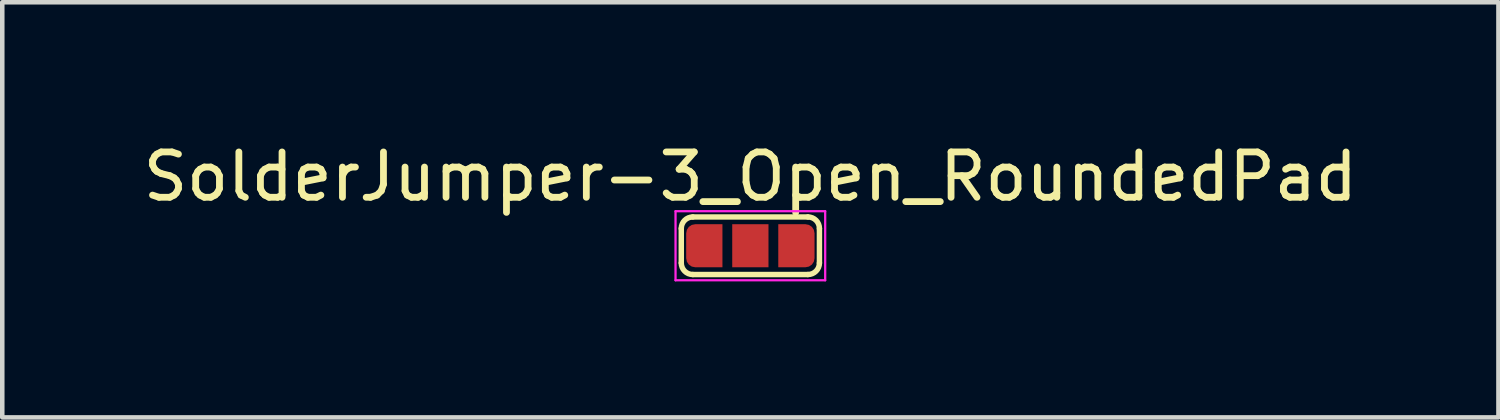
<source format=kicad_pcb>
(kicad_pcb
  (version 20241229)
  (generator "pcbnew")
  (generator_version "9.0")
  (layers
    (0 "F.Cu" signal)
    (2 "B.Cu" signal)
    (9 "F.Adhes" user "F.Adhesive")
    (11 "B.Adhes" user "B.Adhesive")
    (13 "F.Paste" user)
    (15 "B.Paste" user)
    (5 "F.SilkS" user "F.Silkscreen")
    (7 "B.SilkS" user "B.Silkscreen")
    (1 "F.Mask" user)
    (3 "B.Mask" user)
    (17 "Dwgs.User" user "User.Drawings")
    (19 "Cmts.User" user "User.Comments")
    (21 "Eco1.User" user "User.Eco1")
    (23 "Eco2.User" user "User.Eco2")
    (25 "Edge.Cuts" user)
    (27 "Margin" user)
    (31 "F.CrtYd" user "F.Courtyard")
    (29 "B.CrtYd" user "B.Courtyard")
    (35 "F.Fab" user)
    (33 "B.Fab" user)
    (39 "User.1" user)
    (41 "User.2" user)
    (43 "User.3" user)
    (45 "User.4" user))
  (footprint "SolderJumper-3_Open_RoundedPad"
    (layer "F.Cu")
    (at 13.506 2.372)
    (property "Reference" "SolderJumper-3_Open_RoundedPad" (at 0 -1.524 0) (layer "F.SilkS") (effects (font (size 1 1) (thickness 0.15))))
    (attr exclude_from_pos_files exclude_from_bom)
    (fp_line (start -1.524 -0.381) (end -1.524 0.381) (stroke (width 0.12) (type solid)) (layer "F.SilkS"))
    (fp_line (start -1.27 -0.635) (end 1.27 -0.635) (stroke (width 0.12) (type solid)) (layer "F.SilkS"))
    (fp_line (start -1.27 0.635) (end 1.27 0.635) (stroke (width 0.12) (type solid)) (layer "F.SilkS"))
    (fp_line (start 1.524 -0.381) (end 1.524 0.381) (stroke (width 0.12) (type solid)) (layer "F.SilkS"))
    (fp_arc (start -1.524 -0.381) (mid -1.449605 -0.560605) (end -1.27 -0.635) (stroke (width 0.12) (type solid)) (layer "F.SilkS"))
    (fp_arc (start -1.27 0.635) (mid -1.449605 0.560605) (end -1.524 0.381) (stroke (width 0.12) (type solid)) (layer "F.SilkS"))
    (fp_arc (start 1.27 -0.635) (mid 1.449605 -0.560605) (end 1.524 -0.381) (stroke (width 0.12) (type solid)) (layer "F.SilkS"))
    (fp_arc (start 1.524 0.381) (mid 1.449605 0.560605) (end 1.27 0.635) (stroke (width 0.12) (type solid)) (layer "F.SilkS"))
    (fp_line (start -1.651 -0.762) (end 1.651 -0.762) (stroke (width 0.05) (type solid)) (layer "F.CrtYd"))
    (fp_line (start -1.651 0.762) (end -1.651 -0.762) (stroke (width 0.05) (type solid)) (layer "F.CrtYd"))
    (fp_line (start 1.651 -0.762) (end 1.651 0.762) (stroke (width 0.05) (type solid)) (layer "F.CrtYd"))
    (fp_line (start 1.651 0.762) (end -1.651 0.762) (stroke (width 0.05) (type solid)) (layer "F.CrtYd"))
    (pad "1" smd roundrect (at -1.016 0) (size 0.8 0.95) (layers "F.Cu" "F.Mask") (roundrect_rratio 0.25) (chamfer_ratio 0) (chamfer top_right bottom_right))
    (pad "2" smd rect (at 0 0) (size 0.8 0.95) (layers "F.Cu" "F.Mask"))
    (pad "3" smd roundrect (at 1.016 0) (size 0.8 0.95) (layers "F.Cu" "F.Mask") (roundrect_rratio 0.25) (chamfer_ratio 0) (chamfer top_left bottom_left)))
  (gr_rect
    (start -3 -3)
    (end 30.012 6.159)
    (stroke (width 0.1) (type default))
    (fill no)
    (layer "Edge.Cuts")))
</source>
